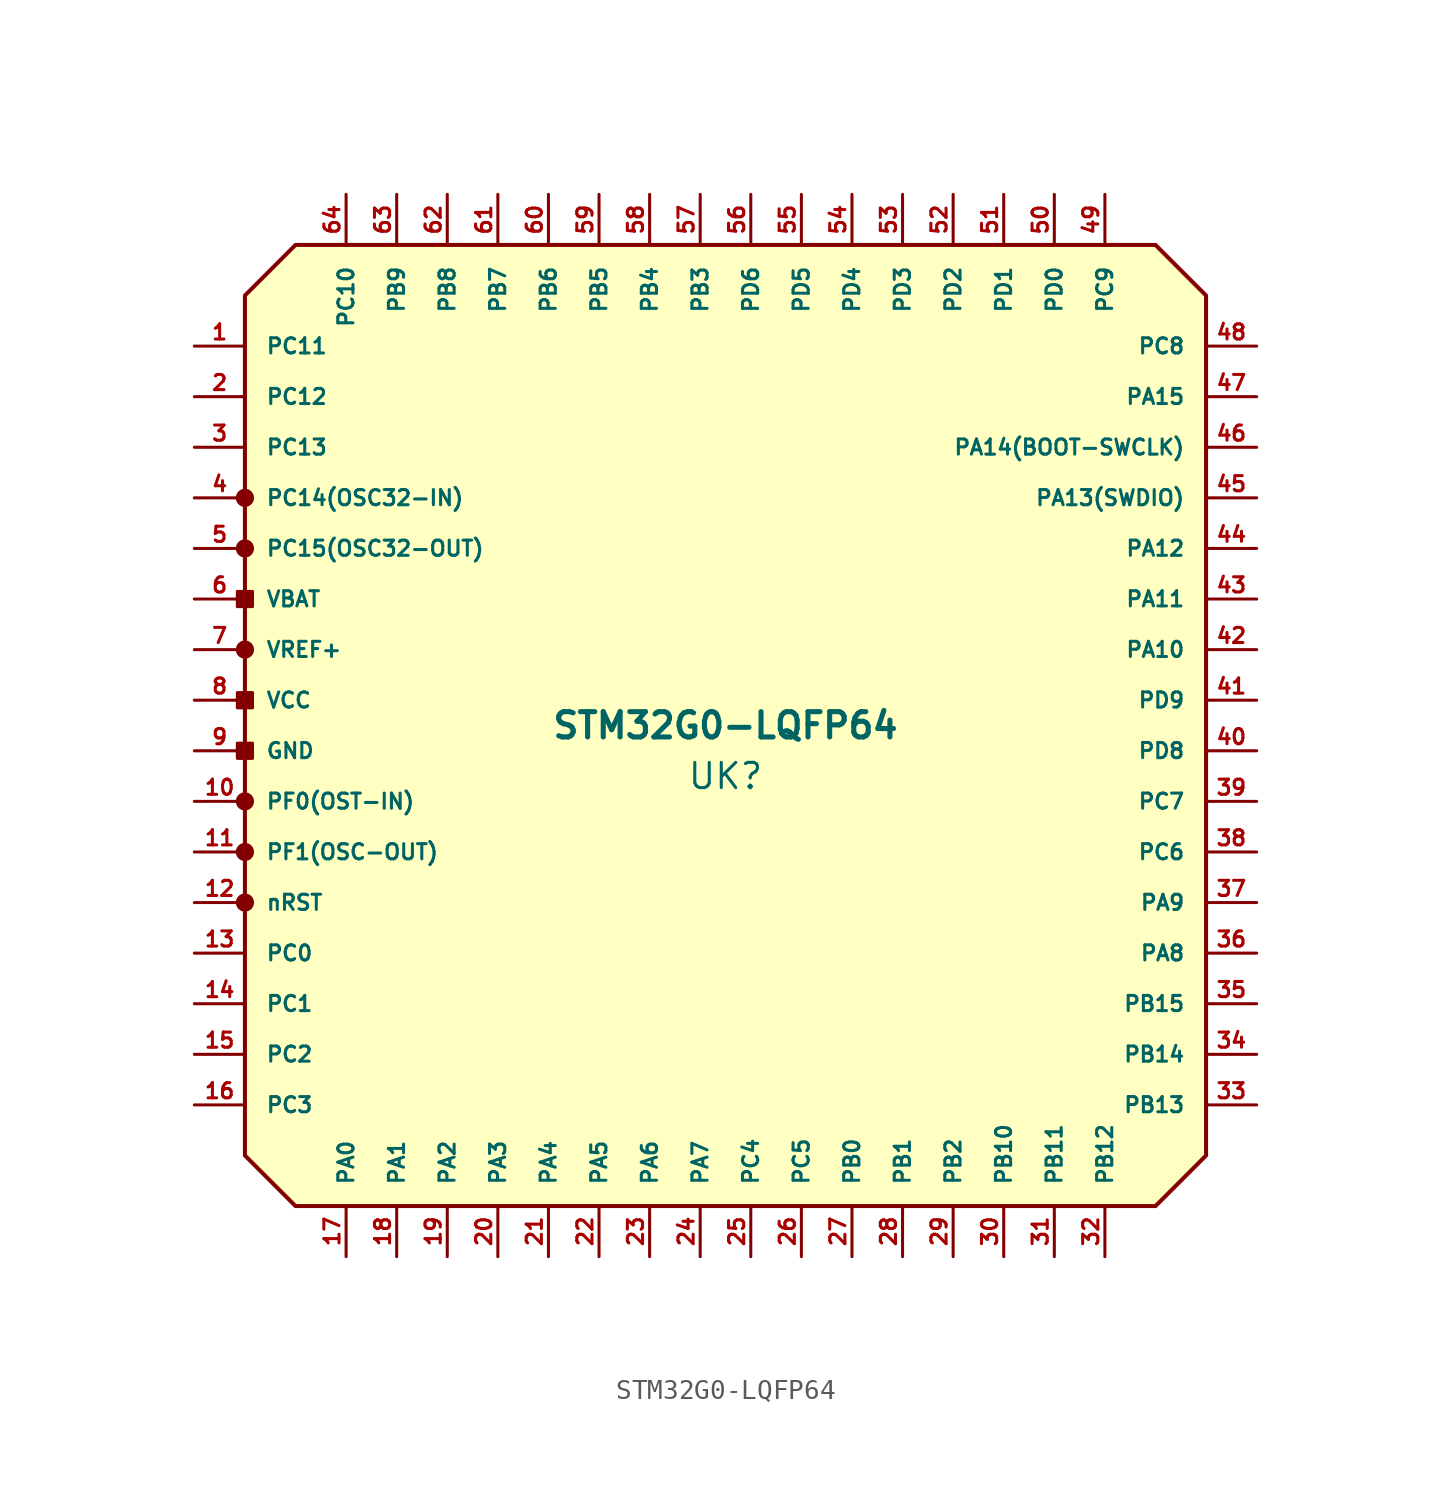
<source format=kicad_sym>
(kicad_symbol_lib
  (version 20231120)
  (generator "kicad_symbol_editor")
  (generator_version "8.0")
  (symbol "STM32G0-LQFP64"
    (pin_names
      (offset 1.016))
    (property "Reference" "UK"
      (at 0 -2.54 0)
      (effects (font (size 1.27 1.27))))
    (property "Value" "STM32G0-LQFP64"
      (at 0 0 0)
      (effects (font (size 1.27 1.27) (bold yes))))
    (symbol "STM32G0-LQFP64_0_1"
      (circle (center -24.13 -8.89) (radius 0.381) (stroke (width 0) (type solid)) (fill (type outline)))
      (circle (center -24.13 -6.35) (radius 0.381) (stroke (width 0) (type solid)) (fill (type outline)))
      (circle (center -24.13 -3.81) (radius 0.381) (stroke (width 0) (type solid)) (fill (type outline)))
      (circle (center -24.13 3.81) (radius 0.381) (stroke (width 0) (type solid)) (fill (type outline)))
      (circle (center -24.13 8.89) (radius 0.381) (stroke (width 0) (type solid)) (fill (type outline)))
      (circle (center -24.13 11.43) (radius 0.381) (stroke (width 0) (type solid)) (fill (type outline)))
      (polyline (pts (xy -24.13 21.59) (xy -21.59 24.13) (xy 21.59 24.13) (xy 24.13 21.59) (xy 24.13 -21.59) (xy 21.59 -24.13) (xy -21.59 -24.13) (xy -24.13 -21.59) (xy -24.13 21.59)) (stroke (width 0.203) (type solid)) (fill (type background))))
    (symbol "STM32G0-LQFP64_1_1"
      (rectangle (start -24.511 -0.889) (end -23.749 -1.651) (stroke (width 0) (type default)) (fill (type outline)))
      (rectangle (start -24.511 1.651) (end -23.749 0.889) (stroke (width 0) (type default)) (fill (type outline)))
      (rectangle (start -24.511 6.731) (end -23.749 5.969) (stroke (width 0) (type default)) (fill (type outline)))
      (pin bidirectional line (at -26.67 19.05 0) (length 2.54) (name "PC11" (effects (font (size 0.762 0.762)))) (number "1" (effects (font (size 0.762 0.762)))))
      (pin bidirectional line (at -26.67 -3.81 0) (length 2.54) (name "PF0(OST-IN)" (effects (font (size 0.762 0.762)))) (number "10" (effects (font (size 0.762 0.762)))))
      (pin bidirectional line (at -26.67 -6.35 0) (length 2.54) (name "PF1(OSC-OUT)" (effects (font (size 0.762 0.762)))) (number "11" (effects (font (size 0.762 0.762)))))
      (pin input line (at -26.67 -8.89 0) (length 2.54) (name "nRST" (effects (font (size 0.762 0.762)))) (number "12" (effects (font (size 0.762 0.762)))))
      (pin bidirectional line (at -26.67 -11.43 0) (length 2.54) (name "PC0" (effects (font (size 0.762 0.762)))) (number "13" (effects (font (size 0.762 0.762)))))
      (pin bidirectional line (at -26.67 -13.97 0) (length 2.54) (name "PC1" (effects (font (size 0.762 0.762)))) (number "14" (effects (font (size 0.762 0.762)))))
      (pin bidirectional line (at -26.67 -16.51 0) (length 2.54) (name "PC2" (effects (font (size 0.762 0.762)))) (number "15" (effects (font (size 0.762 0.762)))))
      (pin bidirectional line (at -26.67 -19.05 0) (length 2.54) (name "PC3" (effects (font (size 0.762 0.762)))) (number "16" (effects (font (size 0.762 0.762)))))
      (pin bidirectional line (at -19.05 -26.67 90) (length 2.54) (name "PA0" (effects (font (size 0.762 0.762)))) (number "17" (effects (font (size 0.762 0.762)))))
      (pin bidirectional line (at -16.51 -26.67 90) (length 2.54) (name "PA1" (effects (font (size 0.762 0.762)))) (number "18" (effects (font (size 0.762 0.762)))))
      (pin bidirectional line (at -13.97 -26.67 90) (length 2.54) (name "PA2" (effects (font (size 0.762 0.762)))) (number "19" (effects (font (size 0.762 0.762)))))
      (pin bidirectional line (at -26.67 16.51 0) (length 2.54) (name "PC12" (effects (font (size 0.762 0.762)))) (number "2" (effects (font (size 0.762 0.762)))))
      (pin bidirectional line (at -11.43 -26.67 90) (length 2.54) (name "PA3" (effects (font (size 0.762 0.762)))) (number "20" (effects (font (size 0.762 0.762)))))
      (pin bidirectional line (at -8.89 -26.67 90) (length 2.54) (name "PA4" (effects (font (size 0.762 0.762)))) (number "21" (effects (font (size 0.762 0.762)))))
      (pin bidirectional line (at -6.35 -26.67 90) (length 2.54) (name "PA5" (effects (font (size 0.762 0.762)))) (number "22" (effects (font (size 0.762 0.762)))))
      (pin bidirectional line (at -3.81 -26.67 90) (length 2.54) (name "PA6" (effects (font (size 0.762 0.762)))) (number "23" (effects (font (size 0.762 0.762)))))
      (pin bidirectional line (at -1.27 -26.67 90) (length 2.54) (name "PA7" (effects (font (size 0.762 0.762)))) (number "24" (effects (font (size 0.762 0.762)))))
      (pin bidirectional line (at 1.27 -26.67 90) (length 2.54) (name "PC4" (effects (font (size 0.762 0.762)))) (number "25" (effects (font (size 0.762 0.762)))))
      (pin bidirectional line (at 3.81 -26.67 90) (length 2.54) (name "PC5" (effects (font (size 0.762 0.762)))) (number "26" (effects (font (size 0.762 0.762)))))
      (pin bidirectional line (at 6.35 -26.67 90) (length 2.54) (name "PB0" (effects (font (size 0.762 0.762)))) (number "27" (effects (font (size 0.762 0.762)))))
      (pin bidirectional line (at 8.89 -26.67 90) (length 2.54) (name "PB1" (effects (font (size 0.762 0.762)))) (number "28" (effects (font (size 0.762 0.762)))))
      (pin bidirectional line (at 11.43 -26.67 90) (length 2.54) (name "PB2" (effects (font (size 0.762 0.762)))) (number "29" (effects (font (size 0.762 0.762)))))
      (pin bidirectional line (at -26.67 13.97 0) (length 2.54) (name "PC13" (effects (font (size 0.762 0.762)))) (number "3" (effects (font (size 0.762 0.762)))))
      (pin bidirectional line (at 13.97 -26.67 90) (length 2.54) (name "PB10" (effects (font (size 0.762 0.762)))) (number "30" (effects (font (size 0.762 0.762)))))
      (pin bidirectional line (at 16.51 -26.67 90) (length 2.54) (name "PB11" (effects (font (size 0.762 0.762)))) (number "31" (effects (font (size 0.762 0.762)))))
      (pin bidirectional line (at 19.05 -26.67 90) (length 2.54) (name "PB12" (effects (font (size 0.762 0.762)))) (number "32" (effects (font (size 0.762 0.762)))))
      (pin bidirectional line (at 26.67 -19.05 180) (length 2.54) (name "PB13" (effects (font (size 0.762 0.762)))) (number "33" (effects (font (size 0.762 0.762)))))
      (pin bidirectional line (at 26.67 -16.51 180) (length 2.54) (name "PB14" (effects (font (size 0.762 0.762)))) (number "34" (effects (font (size 0.762 0.762)))))
      (pin bidirectional line (at 26.67 -13.97 180) (length 2.54) (name "PB15" (effects (font (size 0.762 0.762)))) (number "35" (effects (font (size 0.762 0.762)))))
      (pin bidirectional line (at 26.67 -11.43 180) (length 2.54) (name "PA8" (effects (font (size 0.762 0.762)))) (number "36" (effects (font (size 0.762 0.762)))))
      (pin bidirectional line (at 26.67 -8.89 180) (length 2.54) (name "PA9" (effects (font (size 0.762 0.762)))) (number "37" (effects (font (size 0.762 0.762)))))
      (pin bidirectional line (at 26.67 -6.35 180) (length 2.54) (name "PC6" (effects (font (size 0.762 0.762)))) (number "38" (effects (font (size 0.762 0.762)))))
      (pin bidirectional line (at 26.67 -3.81 180) (length 2.54) (name "PC7" (effects (font (size 0.762 0.762)))) (number "39" (effects (font (size 0.762 0.762)))))
      (pin bidirectional line (at -26.67 11.43 0) (length 2.54) (name "PC14(OSC32-IN)" (effects (font (size 0.762 0.762)))) (number "4" (effects (font (size 0.762 0.762)))))
      (pin bidirectional line (at 26.67 -1.27 180) (length 2.54) (name "PD8" (effects (font (size 0.762 0.762)))) (number "40" (effects (font (size 0.762 0.762)))))
      (pin bidirectional line (at 26.67 1.27 180) (length 2.54) (name "PD9" (effects (font (size 0.762 0.762)))) (number "41" (effects (font (size 0.762 0.762)))))
      (pin bidirectional line (at 26.67 3.81 180) (length 2.54) (name "PA10" (effects (font (size 0.762 0.762)))) (number "42" (effects (font (size 0.762 0.762)))))
      (pin bidirectional line (at 26.67 6.35 180) (length 2.54) (name "PA11" (effects (font (size 0.762 0.762)))) (number "43" (effects (font (size 0.762 0.762)))))
      (pin bidirectional line (at 26.67 8.89 180) (length 2.54) (name "PA12" (effects (font (size 0.762 0.762)))) (number "44" (effects (font (size 0.762 0.762)))))
      (pin bidirectional line (at 26.67 11.43 180) (length 2.54) (name "PA13(SWDIO)" (effects (font (size 0.762 0.762)))) (number "45" (effects (font (size 0.762 0.762)))))
      (pin bidirectional line (at 26.67 13.97 180) (length 2.54) (name "PA14(BOOT-SWCLK)" (effects (font (size 0.762 0.762)))) (number "46" (effects (font (size 0.762 0.762)))))
      (pin bidirectional line (at 26.67 16.51 180) (length 2.54) (name "PA15" (effects (font (size 0.762 0.762)))) (number "47" (effects (font (size 0.762 0.762)))))
      (pin bidirectional line (at 26.67 19.05 180) (length 2.54) (name "PC8" (effects (font (size 0.762 0.762)))) (number "48" (effects (font (size 0.762 0.762)))))
      (pin bidirectional line (at 19.05 26.67 270) (length 2.54) (name "PC9" (effects (font (size 0.762 0.762)))) (number "49" (effects (font (size 0.762 0.762)))))
      (pin bidirectional line (at -26.67 8.89 0) (length 2.54) (name "PC15(OSC32-OUT)" (effects (font (size 0.762 0.762)))) (number "5" (effects (font (size 0.762 0.762)))))
      (pin bidirectional line (at 16.51 26.67 270) (length 2.54) (name "PD0" (effects (font (size 0.762 0.762)))) (number "50" (effects (font (size 0.762 0.762)))))
      (pin bidirectional line (at 13.97 26.67 270) (length 2.54) (name "PD1" (effects (font (size 0.762 0.762)))) (number "51" (effects (font (size 0.762 0.762)))))
      (pin bidirectional line (at 11.43 26.67 270) (length 2.54) (name "PD2" (effects (font (size 0.762 0.762)))) (number "52" (effects (font (size 0.762 0.762)))))
      (pin bidirectional line (at 8.89 26.67 270) (length 2.54) (name "PD3" (effects (font (size 0.762 0.762)))) (number "53" (effects (font (size 0.762 0.762)))))
      (pin bidirectional line (at 6.35 26.67 270) (length 2.54) (name "PD4" (effects (font (size 0.762 0.762)))) (number "54" (effects (font (size 0.762 0.762)))))
      (pin bidirectional line (at 3.81 26.67 270) (length 2.54) (name "PD5" (effects (font (size 0.762 0.762)))) (number "55" (effects (font (size 0.762 0.762)))))
      (pin bidirectional line (at 1.27 26.67 270) (length 2.54) (name "PD6" (effects (font (size 0.762 0.762)))) (number "56" (effects (font (size 0.762 0.762)))))
      (pin bidirectional line (at -1.27 26.67 270) (length 2.54) (name "PB3" (effects (font (size 0.762 0.762)))) (number "57" (effects (font (size 0.762 0.762)))))
      (pin bidirectional line (at -3.81 26.67 270) (length 2.54) (name "PB4" (effects (font (size 0.762 0.762)))) (number "58" (effects (font (size 0.762 0.762)))))
      (pin bidirectional line (at -6.35 26.67 270) (length 2.54) (name "PB5" (effects (font (size 0.762 0.762)))) (number "59" (effects (font (size 0.762 0.762)))))
      (pin power_in line (at -26.67 6.35 0) (length 2.54) (name "VBAT" (effects (font (size 0.762 0.762)))) (number "6" (effects (font (size 0.762 0.762)))))
      (pin bidirectional line (at -8.89 26.67 270) (length 2.54) (name "PB6" (effects (font (size 0.762 0.762)))) (number "60" (effects (font (size 0.762 0.762)))))
      (pin bidirectional line (at -11.43 26.67 270) (length 2.54) (name "PB7" (effects (font (size 0.762 0.762)))) (number "61" (effects (font (size 0.762 0.762)))))
      (pin bidirectional line (at -13.97 26.67 270) (length 2.54) (name "PB8" (effects (font (size 0.762 0.762)))) (number "62" (effects (font (size 0.762 0.762)))))
      (pin bidirectional line (at -16.51 26.67 270) (length 2.54) (name "PB9" (effects (font (size 0.762 0.762)))) (number "63" (effects (font (size 0.762 0.762)))))
      (pin bidirectional line (at -19.05 26.67 270) (length 2.54) (name "PC10" (effects (font (size 0.762 0.762)))) (number "64" (effects (font (size 0.762 0.762)))))
      (pin input line (at -26.67 3.81 0) (length 2.54) (name "VREF+" (effects (font (size 0.762 0.762)))) (number "7" (effects (font (size 0.762 0.762)))))
      (pin power_in line (at -26.67 1.27 0) (length 2.54) (name "VCC" (effects (font (size 0.762 0.762)))) (number "8" (effects (font (size 0.762 0.762)))))
      (pin power_in line (at -26.67 -1.27 0) (length 2.54) (name "GND" (effects (font (size 0.762 0.762)))) (number "9" (effects (font (size 0.762 0.762))))))))
</source>
